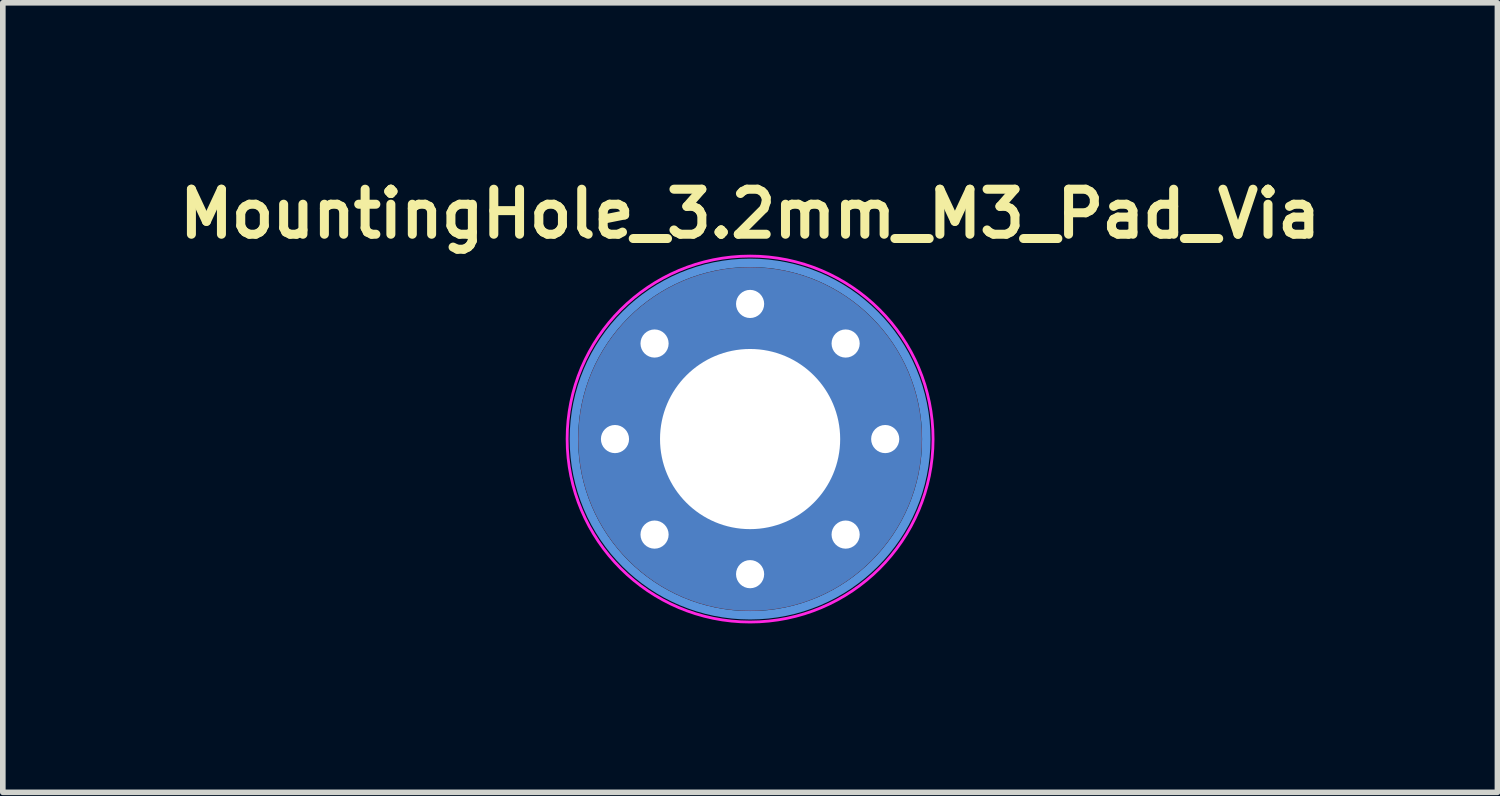
<source format=kicad_pcb>
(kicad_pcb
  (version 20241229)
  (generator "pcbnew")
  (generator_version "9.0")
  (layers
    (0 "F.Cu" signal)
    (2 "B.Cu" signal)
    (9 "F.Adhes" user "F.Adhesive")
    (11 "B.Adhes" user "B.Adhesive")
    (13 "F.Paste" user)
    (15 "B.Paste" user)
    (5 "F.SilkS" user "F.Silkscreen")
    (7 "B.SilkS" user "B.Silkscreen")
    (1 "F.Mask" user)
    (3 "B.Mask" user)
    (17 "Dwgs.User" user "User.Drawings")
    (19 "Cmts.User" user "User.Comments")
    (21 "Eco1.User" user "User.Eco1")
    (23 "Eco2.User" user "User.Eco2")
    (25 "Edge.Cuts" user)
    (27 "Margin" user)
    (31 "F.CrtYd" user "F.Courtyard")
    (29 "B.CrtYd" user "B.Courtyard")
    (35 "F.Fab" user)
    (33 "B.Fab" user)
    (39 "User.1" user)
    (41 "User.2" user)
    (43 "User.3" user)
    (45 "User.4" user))
  (footprint "MountingHole_3.2mm_M3_Pad_Via"
    (layer "F.Cu")
    (at 10.274 4.749)
    (property "Reference" "MountingHole_3.2mm_M3_Pad_Via" (at 0 -4 0) (layer "F.SilkS") (effects (font (size 0.8 0.8) (thickness 0.16))))
    (attr exclude_from_pos_files exclude_from_bom)
    (fp_circle (center 0 0) (end 3.13 0) (stroke (width 0.15) (type solid)) (fill no) (layer "Cmts.User"))
    (fp_circle (center 0 0) (end 3.25 0) (stroke (width 0.05) (type solid)) (fill no) (layer "F.CrtYd"))
    (pad "1" thru_hole circle (at -2.4 0) (size 0.8 0.8) (drill 0.5) (layers "*.Cu" "*.Mask"))
    (pad "1" thru_hole circle (at -1.697 -1.697) (size 0.8 0.8) (drill 0.5) (layers "*.Cu" "*.Mask"))
    (pad "1" thru_hole circle (at -1.697 1.697) (size 0.8 0.8) (drill 0.5) (layers "*.Cu" "*.Mask"))
    (pad "1" thru_hole circle (at 0 -2.4) (size 0.8 0.8) (drill 0.5) (layers "*.Cu" "*.Mask"))
    (pad "1" thru_hole circle (at 0 0) (size 6.1 6.1) (drill 3.2) (layers "*.Cu" "*.Mask"))
    (pad "1" thru_hole circle (at 0 2.4) (size 0.8 0.8) (drill 0.5) (layers "*.Cu" "*.Mask"))
    (pad "1" thru_hole circle (at 1.697 -1.697) (size 0.8 0.8) (drill 0.5) (layers "*.Cu" "*.Mask"))
    (pad "1" thru_hole circle (at 1.697 1.697) (size 0.8 0.8) (drill 0.5) (layers "*.Cu" "*.Mask"))
    (pad "1" thru_hole circle (at 2.4 0) (size 0.8 0.8) (drill 0.5) (layers "*.Cu" "*.Mask")))
  (gr_rect
    (start -3 -3)
    (end 23.549 11.024)
    (stroke (width 0.1) (type default))
    (fill no)
    (layer "Edge.Cuts")))
</source>
